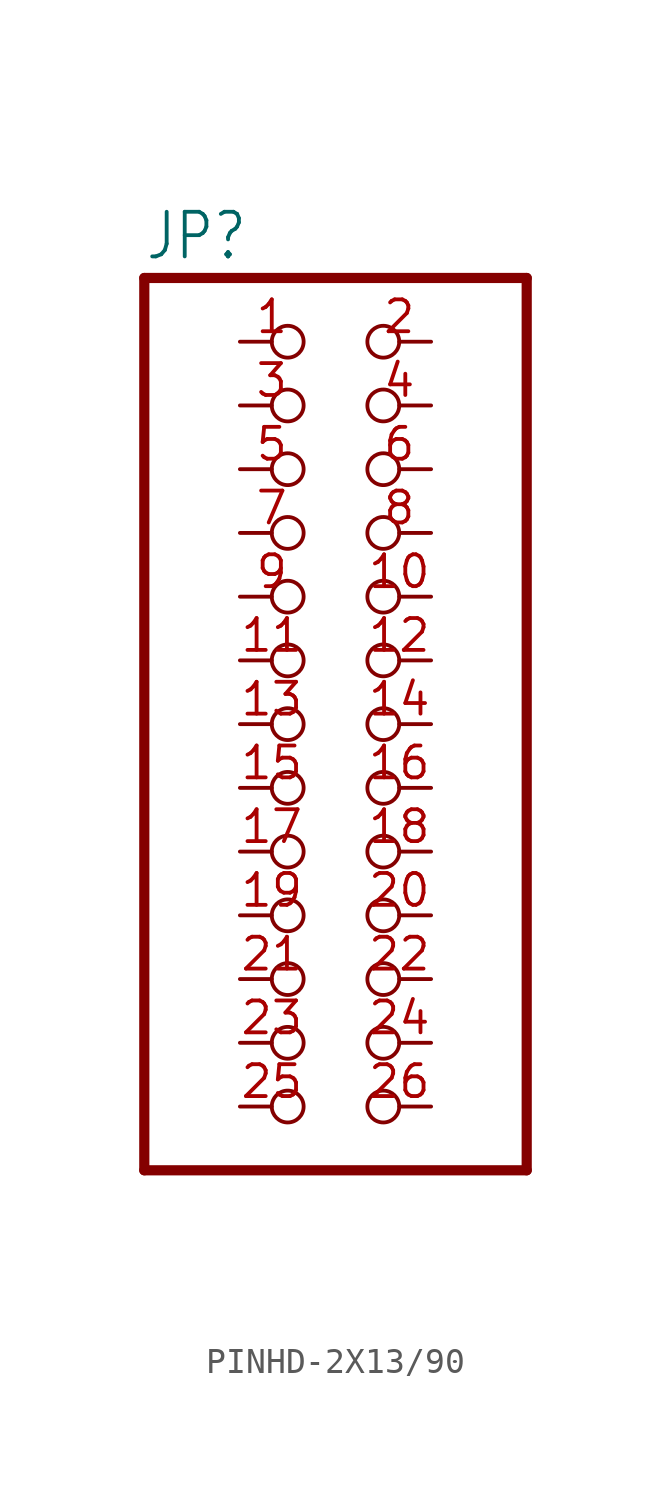
<source format=kicad_sym>
(kicad_symbol_lib
  (version 20220914)
  (generator kicad_symbol_editor)
  (symbol "PINHD-2X13/90"
    (property "Reference" "JP"
      (at -6.35 18.415 0)
      (effects (font (size 1.778 1.511)) (justify left bottom)))
    (property "Value" ""
      (at -6.35 -20.32 0)
      (effects (font (size 1.778 1.511)) (justify left bottom)))
    (property "ki_locked" ""
      (at 0 0 0)
      (effects (font (size 1.27 1.27))))
    (symbol "PINHD-2X13/90_1_0"
      (polyline (pts (xy -6.35 -17.78) (xy 8.89 -17.78)) (stroke (width 0.406) (type solid)) (fill (type none)))
      (polyline (pts (xy -6.35 17.78) (xy -6.35 -17.78)) (stroke (width 0.406) (type solid)) (fill (type none)))
      (polyline (pts (xy 8.89 -17.78) (xy 8.89 17.78)) (stroke (width 0.406) (type solid)) (fill (type none)))
      (polyline (pts (xy 8.89 17.78) (xy -6.35 17.78)) (stroke (width 0.406) (type solid)) (fill (type none)))
      (pin passive inverted (at -2.54 15.24 0) (length 2.54) (name "1" (effects (font (size 0 0)))) (number "1" (effects (font (size 1.27 1.27)))))
      (pin passive inverted (at 5.08 5.08 180) (length 2.54) (name "10" (effects (font (size 0 0)))) (number "10" (effects (font (size 1.27 1.27)))))
      (pin passive inverted (at -2.54 2.54 0) (length 2.54) (name "11" (effects (font (size 0 0)))) (number "11" (effects (font (size 1.27 1.27)))))
      (pin passive inverted (at 5.08 2.54 180) (length 2.54) (name "12" (effects (font (size 0 0)))) (number "12" (effects (font (size 1.27 1.27)))))
      (pin passive inverted (at -2.54 0 0) (length 2.54) (name "13" (effects (font (size 0 0)))) (number "13" (effects (font (size 1.27 1.27)))))
      (pin passive inverted (at 5.08 0 180) (length 2.54) (name "14" (effects (font (size 0 0)))) (number "14" (effects (font (size 1.27 1.27)))))
      (pin passive inverted (at -2.54 -2.54 0) (length 2.54) (name "15" (effects (font (size 0 0)))) (number "15" (effects (font (size 1.27 1.27)))))
      (pin passive inverted (at 5.08 -2.54 180) (length 2.54) (name "16" (effects (font (size 0 0)))) (number "16" (effects (font (size 1.27 1.27)))))
      (pin passive inverted (at -2.54 -5.08 0) (length 2.54) (name "17" (effects (font (size 0 0)))) (number "17" (effects (font (size 1.27 1.27)))))
      (pin passive inverted (at 5.08 -5.08 180) (length 2.54) (name "18" (effects (font (size 0 0)))) (number "18" (effects (font (size 1.27 1.27)))))
      (pin passive inverted (at -2.54 -7.62 0) (length 2.54) (name "19" (effects (font (size 0 0)))) (number "19" (effects (font (size 1.27 1.27)))))
      (pin passive inverted (at 5.08 15.24 180) (length 2.54) (name "2" (effects (font (size 0 0)))) (number "2" (effects (font (size 1.27 1.27)))))
      (pin passive inverted (at 5.08 -7.62 180) (length 2.54) (name "20" (effects (font (size 0 0)))) (number "20" (effects (font (size 1.27 1.27)))))
      (pin passive inverted (at -2.54 -10.16 0) (length 2.54) (name "21" (effects (font (size 0 0)))) (number "21" (effects (font (size 1.27 1.27)))))
      (pin passive inverted (at 5.08 -10.16 180) (length 2.54) (name "22" (effects (font (size 0 0)))) (number "22" (effects (font (size 1.27 1.27)))))
      (pin passive inverted (at -2.54 -12.7 0) (length 2.54) (name "23" (effects (font (size 0 0)))) (number "23" (effects (font (size 1.27 1.27)))))
      (pin passive inverted (at 5.08 -12.7 180) (length 2.54) (name "24" (effects (font (size 0 0)))) (number "24" (effects (font (size 1.27 1.27)))))
      (pin passive inverted (at -2.54 -15.24 0) (length 2.54) (name "25" (effects (font (size 0 0)))) (number "25" (effects (font (size 1.27 1.27)))))
      (pin passive inverted (at 5.08 -15.24 180) (length 2.54) (name "26" (effects (font (size 0 0)))) (number "26" (effects (font (size 1.27 1.27)))))
      (pin passive inverted (at -2.54 12.7 0) (length 2.54) (name "3" (effects (font (size 0 0)))) (number "3" (effects (font (size 1.27 1.27)))))
      (pin passive inverted (at 5.08 12.7 180) (length 2.54) (name "4" (effects (font (size 0 0)))) (number "4" (effects (font (size 1.27 1.27)))))
      (pin passive inverted (at -2.54 10.16 0) (length 2.54) (name "5" (effects (font (size 0 0)))) (number "5" (effects (font (size 1.27 1.27)))))
      (pin passive inverted (at 5.08 10.16 180) (length 2.54) (name "6" (effects (font (size 0 0)))) (number "6" (effects (font (size 1.27 1.27)))))
      (pin passive inverted (at -2.54 7.62 0) (length 2.54) (name "7" (effects (font (size 0 0)))) (number "7" (effects (font (size 1.27 1.27)))))
      (pin passive inverted (at 5.08 7.62 180) (length 2.54) (name "8" (effects (font (size 0 0)))) (number "8" (effects (font (size 1.27 1.27)))))
      (pin passive inverted (at -2.54 5.08 0) (length 2.54) (name "9" (effects (font (size 0 0)))) (number "9" (effects (font (size 1.27 1.27))))))))
</source>
